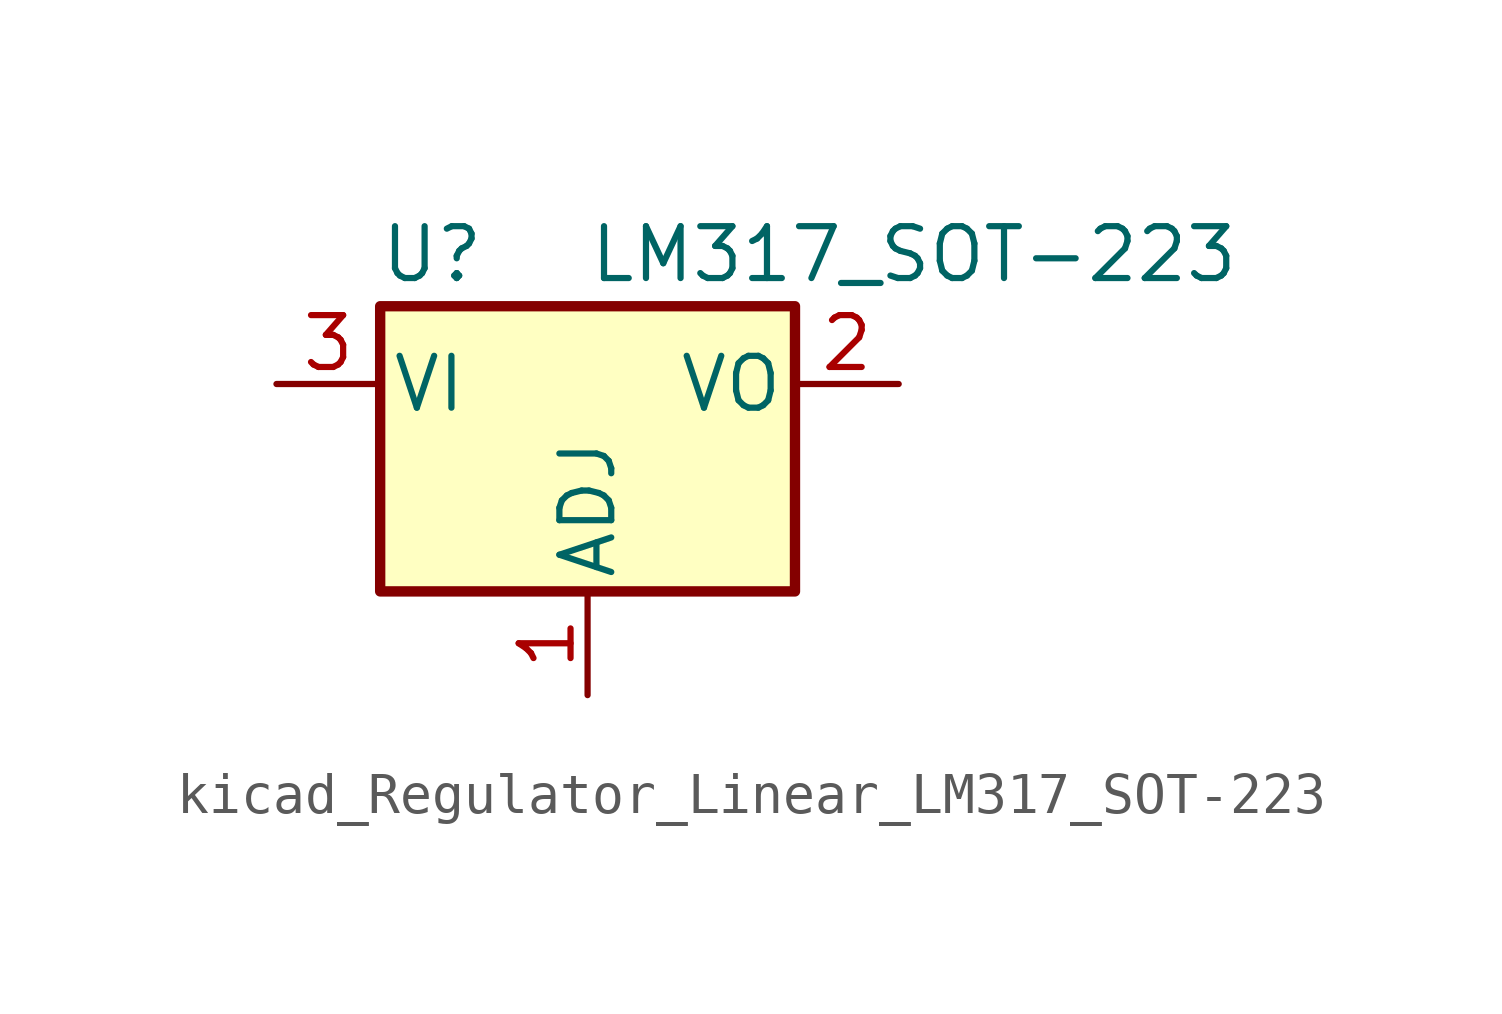
<source format=kicad_sym>
(kicad_symbol_lib
  (version 20220914)
  (generator kicad_symbol_editor)
  (symbol "kicad_Regulator_Linear_LM317_SOT-223"
    (pin_names
      (offset 0.254))
    (property "Reference" "U"
      (at -3.81 3.175 0)
      (effects (font (size 1.27 1.27))))
    (property "Value" "LM317_SOT-223"
      (at 0 3.175 0)
      (effects (font (size 1.27 1.27)) (justify left)))
    (symbol "kicad_Regulator_Linear_LM317_SOT-223_0_1"
      (rectangle (start -5.08 1.905) (end 5.08 -5.08) (stroke (width 0.254) (type default)) (fill (type background))))
    (symbol "kicad_Regulator_Linear_LM317_SOT-223_1_1"
      (pin input line (at 0 -7.62 90) (length 2.54) (name "ADJ" (effects (font (size 1.27 1.27)))) (number "1" (effects (font (size 1.27 1.27)))))
      (pin power_out line (at 7.62 0 180) (length 2.54) (name "VO" (effects (font (size 1.27 1.27)))) (number "2" (effects (font (size 1.27 1.27)))))
      (pin power_in line (at -7.62 0 0) (length 2.54) (name "VI" (effects (font (size 1.27 1.27)))) (number "3" (effects (font (size 1.27 1.27))))))))
</source>
